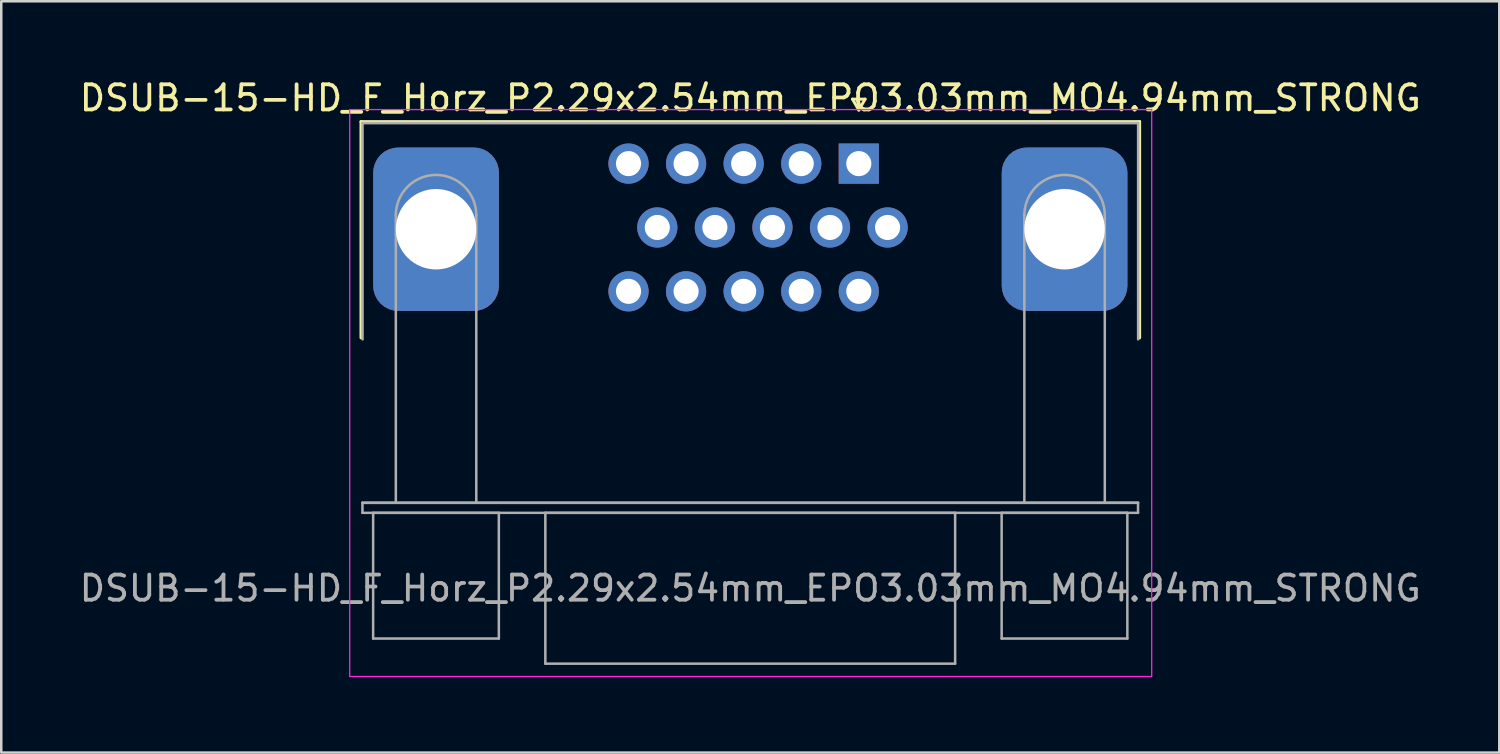
<source format=kicad_pcb>
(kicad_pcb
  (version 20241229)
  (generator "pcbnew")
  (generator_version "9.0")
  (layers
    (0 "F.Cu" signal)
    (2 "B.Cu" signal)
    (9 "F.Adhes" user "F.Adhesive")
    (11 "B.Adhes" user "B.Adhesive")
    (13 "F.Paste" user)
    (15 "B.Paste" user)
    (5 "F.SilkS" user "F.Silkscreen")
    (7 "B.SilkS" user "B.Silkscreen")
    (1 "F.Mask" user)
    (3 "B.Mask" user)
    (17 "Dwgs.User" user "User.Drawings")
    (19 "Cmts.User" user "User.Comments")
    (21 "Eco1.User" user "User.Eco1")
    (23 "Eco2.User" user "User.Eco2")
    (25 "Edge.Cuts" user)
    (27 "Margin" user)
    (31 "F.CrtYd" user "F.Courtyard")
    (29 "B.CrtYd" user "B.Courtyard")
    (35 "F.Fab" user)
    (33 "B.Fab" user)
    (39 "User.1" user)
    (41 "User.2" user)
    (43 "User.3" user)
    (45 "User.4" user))
  (footprint "DSUB-15-HD_F_Horz_P2.29x2.54mm_EPO3.03mm_MO4.94mm_STRONG"
    (layer "F.Cu")
    (at 31.11 3.458)
    (property "Reference" "DSUB-15-HD_F_Horz_P2.29x2.54mm_EPO3.03mm_MO4.94mm_STRONG" (at -4.315 -2.61 0) (layer "F.SilkS") (effects (font (size 1 1) (thickness 0.15))))
    (attr through_hole)
    (fp_line (start -19.8 -1.67) (end 11.17 -1.67) (stroke (width 0.12) (type solid)) (layer "F.SilkS"))
    (fp_line (start -19.8 6.93) (end -19.8 -1.67) (stroke (width 0.12) (type solid)) (layer "F.SilkS"))
    (fp_line (start -0.25 -2.564) (end 0.25 -2.564) (stroke (width 0.12) (type solid)) (layer "F.SilkS"))
    (fp_line (start 0 -2.131) (end -0.25 -2.564) (stroke (width 0.12) (type solid)) (layer "F.SilkS"))
    (fp_line (start 0.25 -2.564) (end 0 -2.131) (stroke (width 0.12) (type solid)) (layer "F.SilkS"))
    (fp_line (start 11.17 -1.67) (end 11.17 6.93) (stroke (width 0.12) (type solid)) (layer "F.SilkS"))
    (fp_line (start -20.253 20.401) (end 11.647 20.401) (stroke (width 0.05) (type solid)) (layer "F.CrtYd"))
    (fp_line (start -20.25 -2.15) (end -20.25 20.401) (stroke (width 0.05) (type solid)) (layer "F.CrtYd"))
    (fp_line (start 11.65 -2.15) (end -20.25 -2.15) (stroke (width 0.05) (type solid)) (layer "F.CrtYd"))
    (fp_line (start 11.65 20.401) (end 11.65 -2.15) (stroke (width 0.05) (type solid)) (layer "F.CrtYd"))
    (fp_line (start -19.743 13.491) (end -19.743 13.891) (stroke (width 0.1) (type solid)) (layer "F.Fab"))
    (fp_line (start -19.743 13.491) (end 11.107 13.491) (stroke (width 0.1) (type solid)) (layer "F.Fab"))
    (fp_line (start -19.743 13.891) (end 11.107 13.891) (stroke (width 0.1) (type solid)) (layer "F.Fab"))
    (fp_line (start -19.74 -1.61) (end -19.74 6.99) (stroke (width 0.1) (type solid)) (layer "F.Fab"))
    (fp_line (start -19.318 13.891) (end -19.318 18.891) (stroke (width 0.1) (type solid)) (layer "F.Fab"))
    (fp_line (start -19.318 18.891) (end -14.318 18.891) (stroke (width 0.1) (type solid)) (layer "F.Fab"))
    (fp_line (start -18.415 13.491) (end -18.415 2.05) (stroke (width 0.1) (type solid)) (layer "F.Fab"))
    (fp_line (start -15.215 13.491) (end -15.215 2.05) (stroke (width 0.1) (type solid)) (layer "F.Fab"))
    (fp_line (start -14.318 13.891) (end -19.318 13.891) (stroke (width 0.1) (type solid)) (layer "F.Fab"))
    (fp_line (start -14.318 18.891) (end -14.318 13.891) (stroke (width 0.1) (type solid)) (layer "F.Fab"))
    (fp_line (start -12.468 13.891) (end -12.468 19.891) (stroke (width 0.1) (type solid)) (layer "F.Fab"))
    (fp_line (start -12.468 19.891) (end 3.832 19.891) (stroke (width 0.1) (type solid)) (layer "F.Fab"))
    (fp_line (start 3.832 13.891) (end -12.468 13.891) (stroke (width 0.1) (type solid)) (layer "F.Fab"))
    (fp_line (start 3.832 19.891) (end 3.832 13.891) (stroke (width 0.1) (type solid)) (layer "F.Fab"))
    (fp_line (start 5.682 13.891) (end 5.682 18.891) (stroke (width 0.1) (type solid)) (layer "F.Fab"))
    (fp_line (start 5.682 18.891) (end 10.682 18.891) (stroke (width 0.1) (type solid)) (layer "F.Fab"))
    (fp_line (start 6.585 13.491) (end 6.585 2.05) (stroke (width 0.1) (type solid)) (layer "F.Fab"))
    (fp_line (start 9.785 13.491) (end 9.785 2.05) (stroke (width 0.1) (type solid)) (layer "F.Fab"))
    (fp_line (start 10.682 13.891) (end 5.682 13.891) (stroke (width 0.1) (type solid)) (layer "F.Fab"))
    (fp_line (start 10.682 18.891) (end 10.682 13.891) (stroke (width 0.1) (type solid)) (layer "F.Fab"))
    (fp_line (start 11.107 13.491) (end -19.743 13.491) (stroke (width 0.1) (type solid)) (layer "F.Fab"))
    (fp_line (start 11.107 13.891) (end 11.107 13.491) (stroke (width 0.1) (type solid)) (layer "F.Fab"))
    (fp_line (start 11.11 -1.61) (end -19.74 -1.61) (stroke (width 0.1) (type solid)) (layer "F.Fab"))
    (fp_line (start 11.11 6.99) (end 11.11 -1.61) (stroke (width 0.1) (type solid)) (layer "F.Fab"))
    (fp_arc (start -18.415 2.05) (mid -16.815 0.45) (end -15.215 2.05) (stroke (width 0.1) (type solid)) (layer "F.Fab"))
    (fp_arc (start 6.585 2.05) (mid 8.185 0.45) (end 9.785 2.05) (stroke (width 0.1) (type solid)) (layer "F.Fab"))
    (fp_text user "${REFERENCE}" (at -4.318 16.891 0) (layer "F.Fab") (effects (font (size 1 1) (thickness 0.15))))
    (pad "0" thru_hole roundrect (at -16.815 2.61) (size 5 6.5) (drill 3.2) (layers "*.Cu" "*.Mask") (roundrect_rratio 0.2))
    (pad "0" thru_hole roundrect (at 8.185 2.61) (size 5 6.5) (drill 3.2) (layers "*.Cu" "*.Mask") (roundrect_rratio 0.2))
    (pad "1" thru_hole rect (at 0 0) (size 1.6 1.6) (drill 1) (layers "*.Cu" "*.Mask"))
    (pad "2" thru_hole circle (at -2.29 0) (size 1.6 1.6) (drill 1) (layers "*.Cu" "*.Mask"))
    (pad "3" thru_hole circle (at -4.58 0) (size 1.6 1.6) (drill 1) (layers "*.Cu" "*.Mask"))
    (pad "4" thru_hole circle (at -6.87 0) (size 1.6 1.6) (drill 1) (layers "*.Cu" "*.Mask"))
    (pad "5" thru_hole circle (at -9.16 0) (size 1.6 1.6) (drill 1) (layers "*.Cu" "*.Mask"))
    (pad "6" thru_hole circle (at 1.145 2.54) (size 1.6 1.6) (drill 1) (layers "*.Cu" "*.Mask"))
    (pad "7" thru_hole circle (at -1.145 2.54) (size 1.6 1.6) (drill 1) (layers "*.Cu" "*.Mask"))
    (pad "8" thru_hole circle (at -3.435 2.54) (size 1.6 1.6) (drill 1) (layers "*.Cu" "*.Mask"))
    (pad "9" thru_hole circle (at -5.725 2.54) (size 1.6 1.6) (drill 1) (layers "*.Cu" "*.Mask"))
    (pad "10" thru_hole circle (at -8.015 2.54) (size 1.6 1.6) (drill 1) (layers "*.Cu" "*.Mask"))
    (pad "11" thru_hole circle (at 0 5.08) (size 1.6 1.6) (drill 1) (layers "*.Cu" "*.Mask"))
    (pad "12" thru_hole circle (at -2.29 5.08) (size 1.6 1.6) (drill 1) (layers "*.Cu" "*.Mask"))
    (pad "13" thru_hole circle (at -4.58 5.08) (size 1.6 1.6) (drill 1) (layers "*.Cu" "*.Mask"))
    (pad "14" thru_hole circle (at -6.87 5.08) (size 1.6 1.6) (drill 1) (layers "*.Cu" "*.Mask"))
    (pad "15" thru_hole circle (at -9.16 5.08) (size 1.6 1.6) (drill 1) (layers "*.Cu" "*.Mask")))
  (gr_rect
    (start -3 -3)
    (end 56.586 26.884)
    (stroke (width 0.1) (type default))
    (fill no)
    (layer "Edge.Cuts")))
</source>
